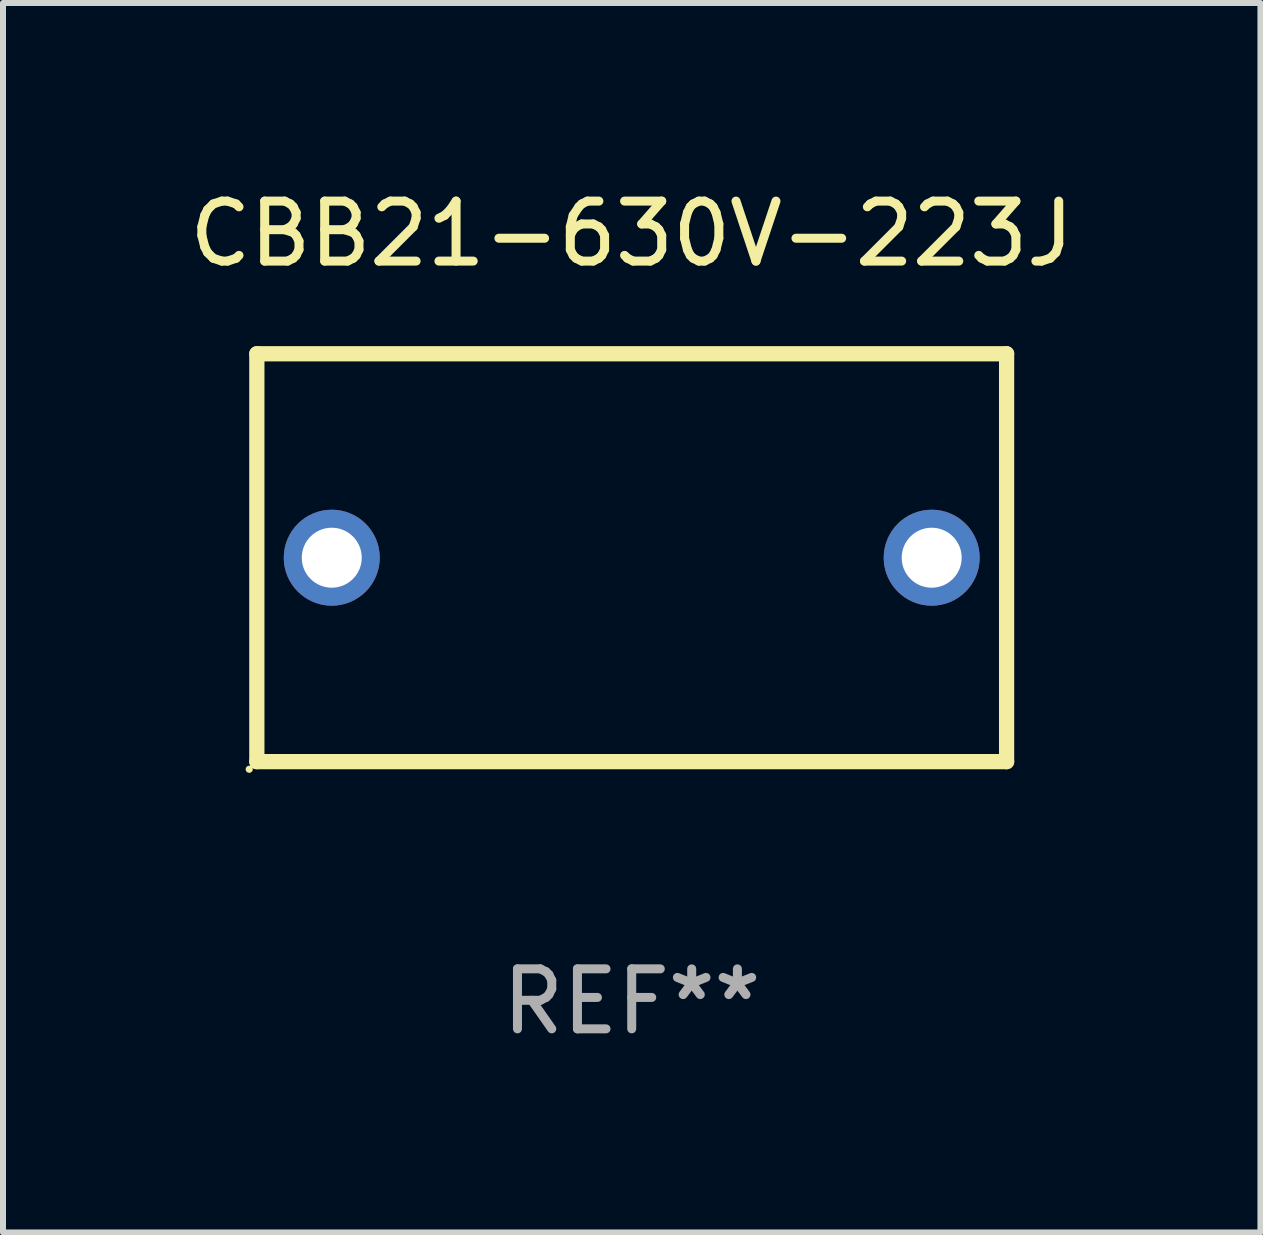
<source format=kicad_pcb>
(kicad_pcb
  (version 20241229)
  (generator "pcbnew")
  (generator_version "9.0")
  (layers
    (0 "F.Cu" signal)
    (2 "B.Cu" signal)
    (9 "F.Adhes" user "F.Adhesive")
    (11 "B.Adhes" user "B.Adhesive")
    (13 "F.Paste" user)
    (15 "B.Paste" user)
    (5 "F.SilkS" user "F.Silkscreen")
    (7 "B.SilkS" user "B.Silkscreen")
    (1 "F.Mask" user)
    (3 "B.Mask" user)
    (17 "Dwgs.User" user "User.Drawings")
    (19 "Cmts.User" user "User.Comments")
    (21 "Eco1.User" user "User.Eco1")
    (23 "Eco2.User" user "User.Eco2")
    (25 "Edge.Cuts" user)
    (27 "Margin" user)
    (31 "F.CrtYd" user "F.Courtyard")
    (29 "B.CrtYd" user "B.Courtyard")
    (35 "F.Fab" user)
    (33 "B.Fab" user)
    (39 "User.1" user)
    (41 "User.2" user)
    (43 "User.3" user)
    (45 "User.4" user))
  (footprint "CBB21-630V-223J"
    (layer "F.Cu")
    (at 7.482 6.248)
    (property "Reference" "CBB21-630V-223J" (at 0 -5.4 0) (layer "F.SilkS") (effects (font (size 1 1) (thickness 0.15))))
    (attr through_hole)
    (fp_line (start -6.25 -3.4) (end -6.25 3.4) (stroke (width 0.254) (type solid)) (layer "F.SilkS"))
    (fp_line (start -6.25 -3.4) (end 6.25 -3.4) (stroke (width 0.254) (type solid)) (layer "F.SilkS"))
    (fp_line (start -6.25 3.4) (end 6.25 3.4) (stroke (width 0.254) (type solid)) (layer "F.SilkS"))
    (fp_line (start 6.25 -3.4) (end 6.25 3.4) (stroke (width 0.254) (type solid)) (layer "F.SilkS"))
    (fp_circle (center -6.377 3.527) (end -6.347 3.527) (stroke (width 0.06) (type solid)) (fill no) (layer "F.SilkS"))
    (fp_text user "REF**" (at 0 7.4 0) (layer "F.Fab") (effects (font (size 1 1) (thickness 0.15))))
    (pad "1" thru_hole circle (at -5.001 -0.000013) (size 1.6 1.6) (drill 1) (layers "*.Cu" "*.Mask"))
    (pad "2" thru_hole circle (at 5.001 -0.000013) (size 1.6 1.6) (drill 1) (layers "*.Cu" "*.Mask")))
  (gr_rect
    (start -3 -3)
    (end 17.964 17.497)
    (stroke (width 0.1) (type default))
    (fill no)
    (layer "Edge.Cuts")))
</source>
